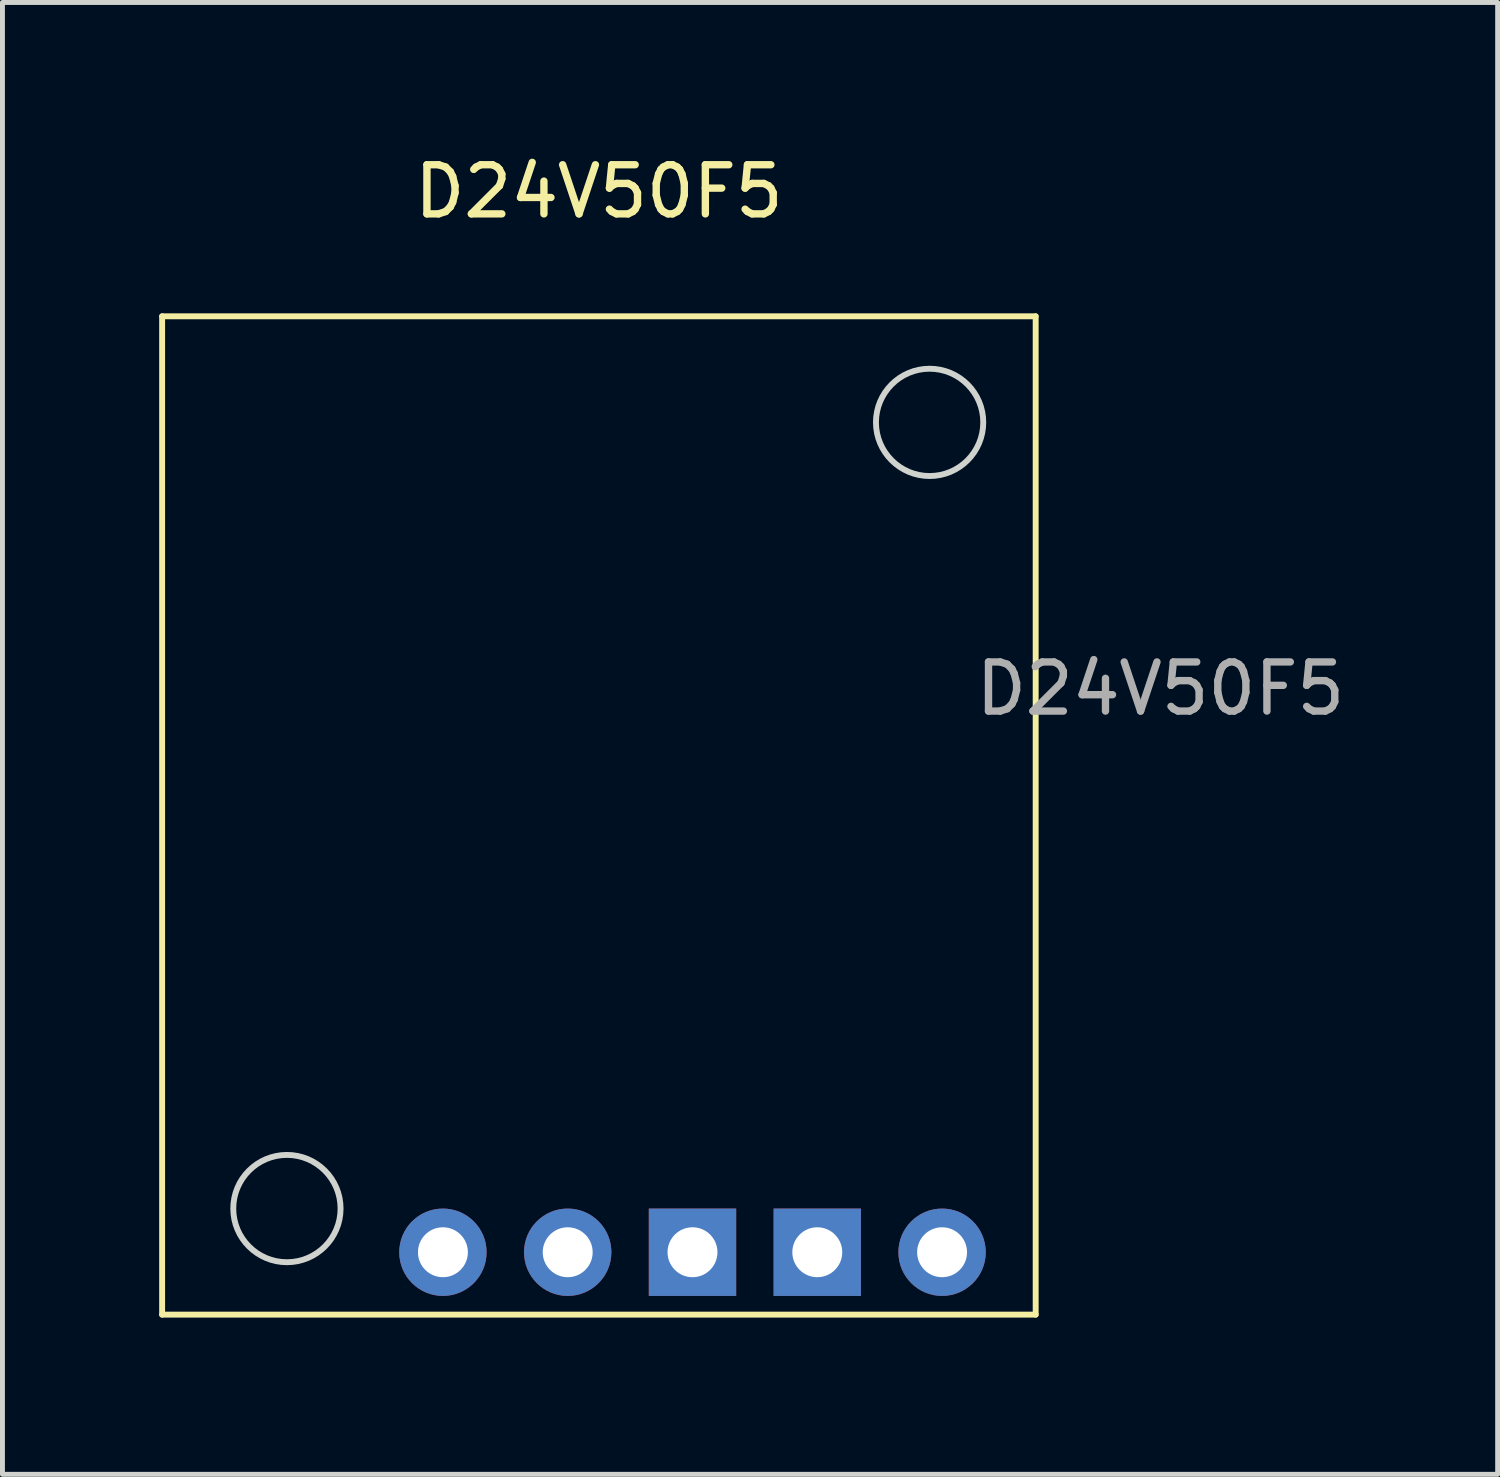
<source format=kicad_pcb>
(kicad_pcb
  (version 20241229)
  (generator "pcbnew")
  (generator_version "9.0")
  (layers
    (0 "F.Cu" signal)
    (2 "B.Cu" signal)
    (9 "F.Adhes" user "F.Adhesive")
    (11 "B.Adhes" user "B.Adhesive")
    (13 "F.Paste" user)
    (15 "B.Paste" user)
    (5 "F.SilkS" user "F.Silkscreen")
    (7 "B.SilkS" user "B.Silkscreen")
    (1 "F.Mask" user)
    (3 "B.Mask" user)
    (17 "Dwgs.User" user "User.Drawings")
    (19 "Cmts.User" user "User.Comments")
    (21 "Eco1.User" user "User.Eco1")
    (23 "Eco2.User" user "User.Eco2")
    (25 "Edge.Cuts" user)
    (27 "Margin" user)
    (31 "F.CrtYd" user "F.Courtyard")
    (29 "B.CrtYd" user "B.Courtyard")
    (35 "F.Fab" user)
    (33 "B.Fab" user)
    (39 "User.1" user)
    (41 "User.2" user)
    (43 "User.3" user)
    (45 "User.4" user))
  (footprint "D24V50F5"
    (layer "F.Cu")
    (at 0.25 23.708)
    (property "Reference" "D24V50F5" (at 8.89 -22.86 0) (unlocked yes) (layer "F.SilkS") (effects (font (size 1 1) (thickness 0.15))))
    (attr smd)
    (fp_line (start 0 -20.32) (end 0 0) (stroke (width 0.12) (type solid)) (layer "F.SilkS"))
    (fp_line (start 0 0) (end 17.78 0) (stroke (width 0.12) (type solid)) (layer "F.SilkS"))
    (fp_line (start 17.78 -20.32) (end 0 -20.32) (stroke (width 0.12) (type solid)) (layer "F.SilkS"))
    (fp_line (start 17.78 0) (end 17.78 -20.32) (stroke (width 0.12) (type solid)) (layer "F.SilkS"))
    (fp_circle (center 2.54 -2.159) (end 3.632 -2.159) (stroke (width 0.12) (type solid)) (fill no) (layer "Edge.Cuts"))
    (fp_circle (center 15.621 -18.161) (end 16.713 -18.161) (stroke (width 0.12) (type solid)) (fill no) (layer "Edge.Cuts"))
    (fp_text user "${REFERENCE}" (at 20.32 -12.74 0) (unlocked yes) (layer "F.Fab") (effects (font (size 1 1) (thickness 0.15))))
    (pad "1" thru_hole circle (at 15.875 -1.27) (size 1.778 1.778) (drill 1.016) (layers "*.Cu" "*.Mask"))
    (pad "2" thru_hole rect (at 13.335 -1.27) (size 1.778 1.778) (drill 1.016) (layers "*.Cu" "*.Mask"))
    (pad "3" thru_hole rect (at 10.795 -1.27) (size 1.778 1.778) (drill 1.016) (layers "*.Cu" "*.Mask"))
    (pad "4" thru_hole circle (at 8.255 -1.27) (size 1.778 1.778) (drill 1.016) (layers "*.Cu" "*.Mask"))
    (pad "5" thru_hole circle (at 5.715 -1.27) (size 1.778 1.778) (drill 1.016) (layers "*.Cu" "*.Mask")))
  (gr_rect
    (start -3 -3)
    (end 27.433 26.958)
    (stroke (width 0.1) (type default))
    (fill no)
    (layer "Edge.Cuts")))
</source>
